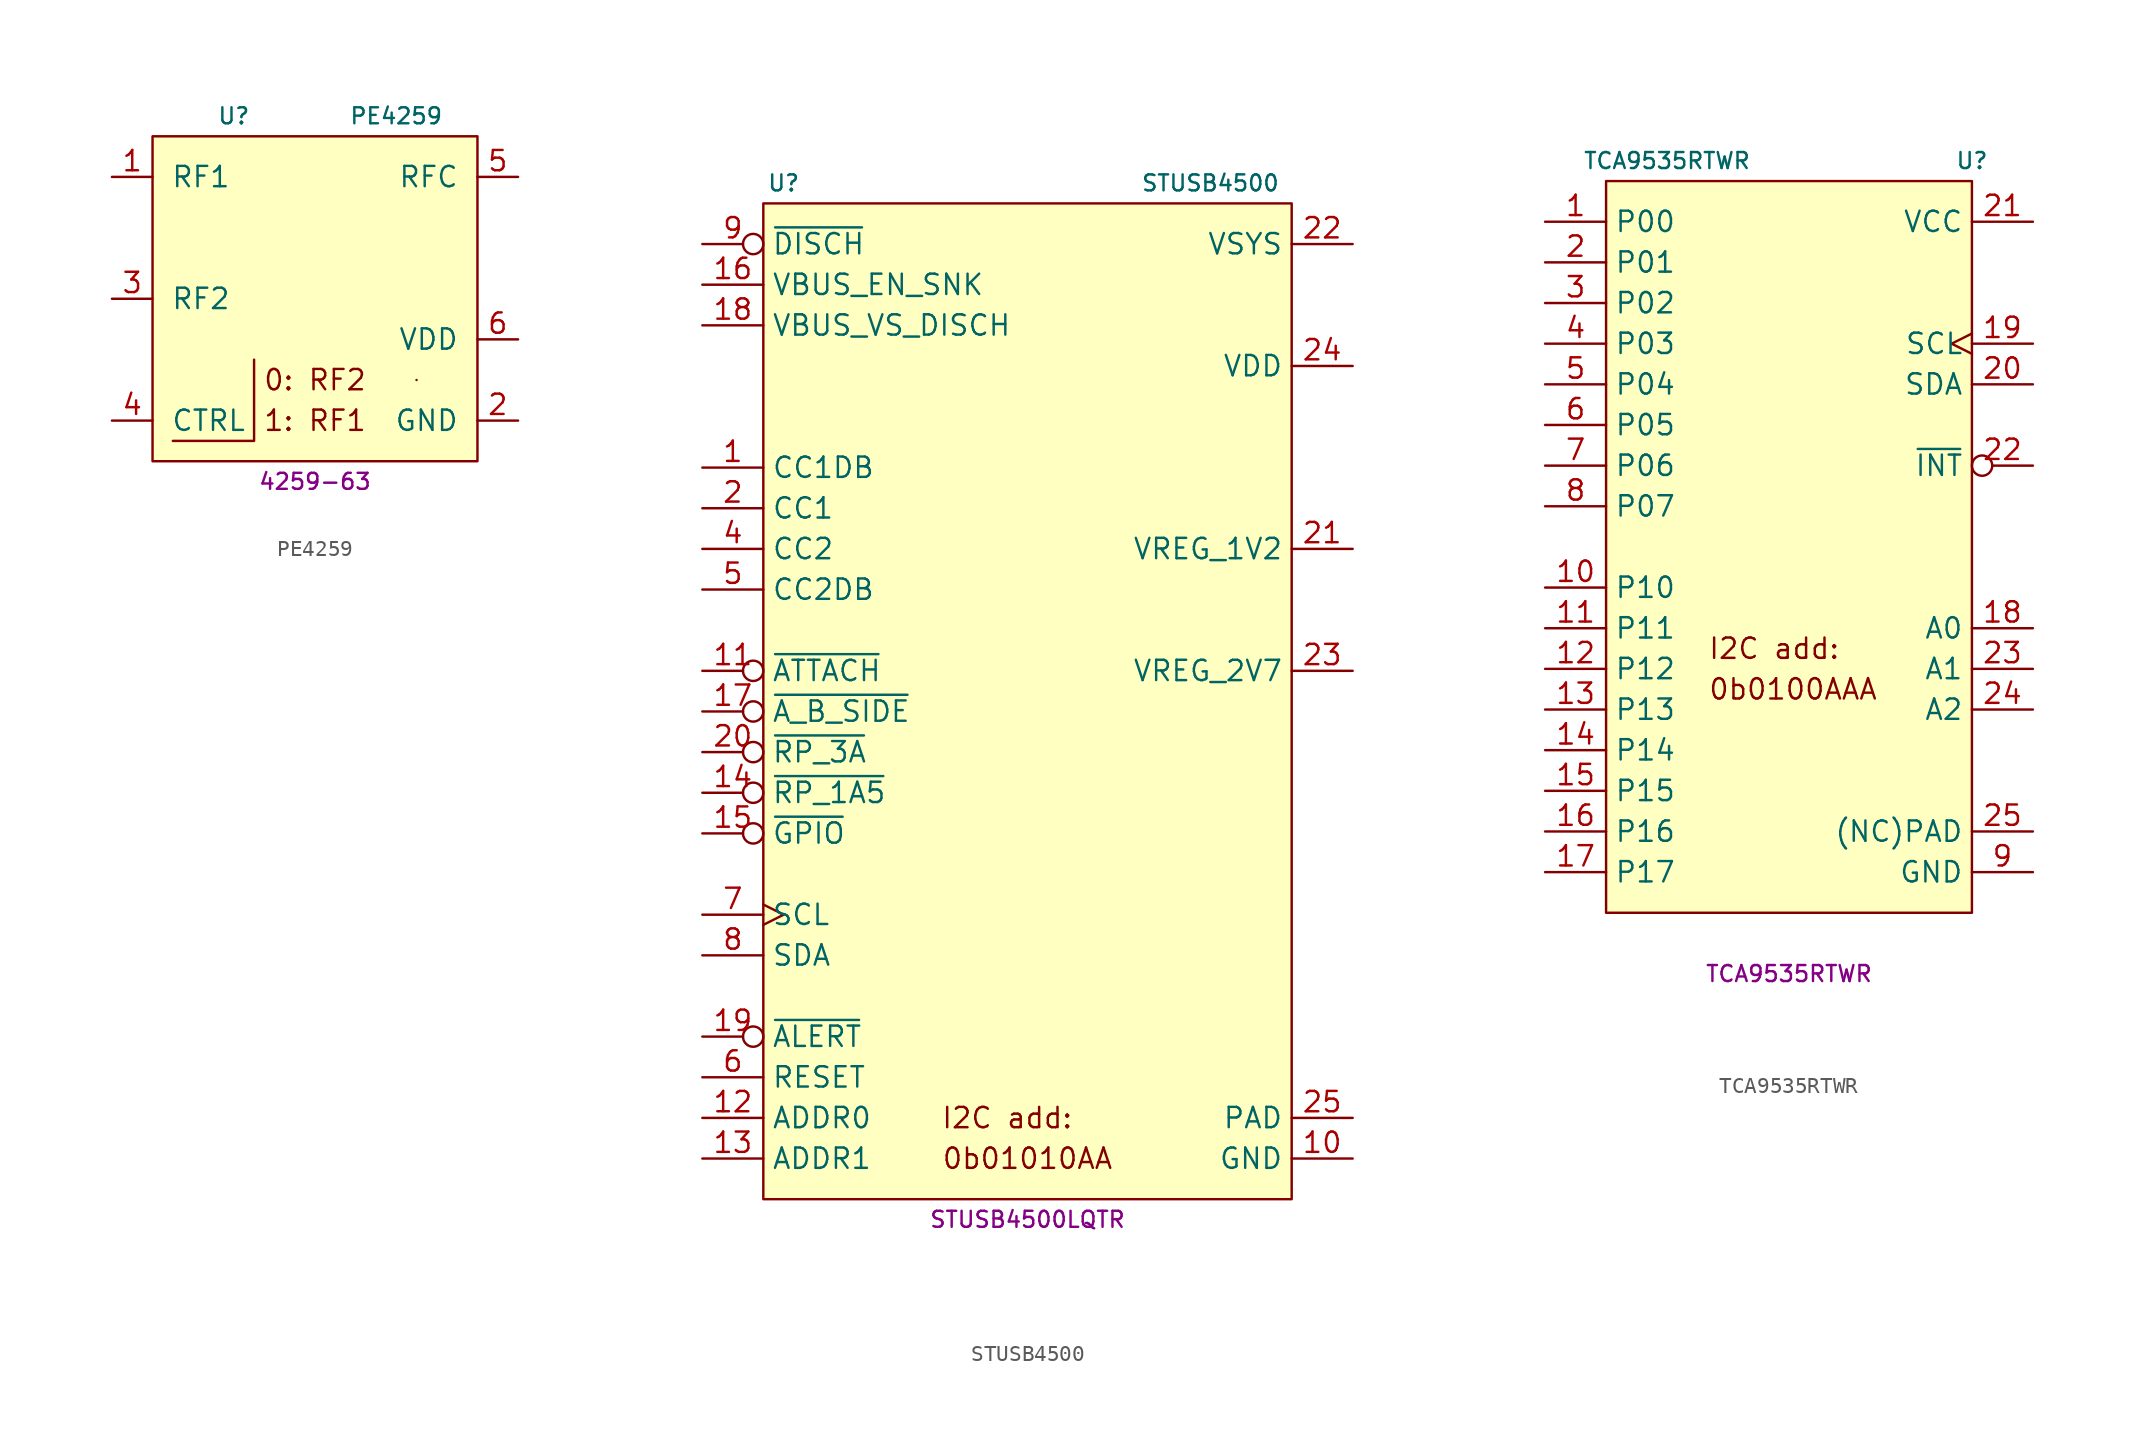
<source format=kicad_sym>
(kicad_symbol_lib
  (version 20231120)
  (generator "kicad_symbol_editor")
  (generator_version "8.0")
  (symbol "PE4259"
    (pin_names
      (offset 1.143))
    (property "Reference" "U"
      (at -5.08 11.43 0)
      (effects (font (size 1 1))))
    (property "Value" "PE4259"
      (at 5.08 11.43 0)
      (effects (font (size 1 1))))
    (property "MPN" "4259-63"
      (at 0 -11.43 0)
      (effects (font (size 1 1))))
    (symbol "PE4259_0_0"
      (polyline (pts (xy -3.81 -3.81) (xy -3.81 -8.89) (xy -8.89 -8.89)) (stroke (width 0.152) (type default)) (fill (type none)))
      (text "0: RF2" (at 0 -5.08 0) (effects (font (size 1.27 1.27))))
      (text "1: RF1" (at 0 -7.62 0) (effects (font (size 1.27 1.27)))))
    (symbol "PE4259_0_1"
      (rectangle (start -10.16 10.16) (end 10.16 -10.16) (stroke (width 0) (type default)) (fill (type background)))
      (rectangle (start 6.35 -5.08) (end 6.35 -5.08) (stroke (width 0) (type default)) (fill (type none))))
    (symbol "PE4259_1_1"
      (pin passive line (at -12.7 7.62 0) (length 2.54) (name "RF1" (effects (font (size 1.27 1.27)))) (number "1" (effects (font (size 1.27 1.27)))))
      (pin power_in line (at 12.7 -7.62 180) (length 2.54) (name "GND" (effects (font (size 1.27 1.27)))) (number "2" (effects (font (size 1.27 1.27)))))
      (pin passive line (at -12.7 0 0) (length 2.54) (name "RF2" (effects (font (size 1.27 1.27)))) (number "3" (effects (font (size 1.27 1.27)))))
      (pin input line (at -12.7 -7.62 0) (length 2.54) (name "CTRL" (effects (font (size 1.27 1.27)))) (number "4" (effects (font (size 1.27 1.27)))))
      (pin passive line (at 12.7 7.62 180) (length 2.54) (name "RFC" (effects (font (size 1.27 1.27)))) (number "5" (effects (font (size 1.27 1.27)))))
      (pin power_in line (at 12.7 -2.54 180) (length 2.54) (name "VDD" (effects (font (size 1.27 1.27)))) (number "6" (effects (font (size 1.27 1.27)))))))
  (symbol "STUSB4500"
    (property "Reference" "U"
      (at -15.24 30.48 0)
      (effects (font (size 1 1))))
    (property "Value" "STUSB4500"
      (at 11.43 30.48 0)
      (effects (font (size 1 1))))
    (property "MPN" "STUSB4500LQTR"
      (at 0 -34.29 0)
      (effects (font (size 1 1))))
    (symbol "STUSB4500_0_0"
      (text "0b01010AA" (at 0 -30.48 0) (effects (font (size 1.27 1.27))))
      (text "I2C add:" (at -1.27 -27.94 0) (effects (font (size 1.27 1.27)))))
    (symbol "STUSB4500_1_1"
      (rectangle (start -16.51 29.21) (end 16.51 -33.02) (stroke (width 0) (type default)) (fill (type background)))
      (pin bidirectional line (at -20.32 12.7 0) (length 3.81) (name "CC1DB" (effects (font (size 1.27 1.27)))) (number "1" (effects (font (size 1.27 1.27)))))
      (pin power_in line (at 20.32 -30.48 180) (length 3.81) (name "GND" (effects (font (size 1.27 1.27)))) (number "10" (effects (font (size 1.27 1.27)))))
      (pin open_collector inverted (at -20.32 0 0) (length 3.81) (name "~{ATTACH}" (effects (font (size 1.27 1.27)))) (number "11" (effects (font (size 1.27 1.27)))))
      (pin input line (at -20.32 -27.94 0) (length 3.81) (name "ADDR0" (effects (font (size 1.27 1.27)))) (number "12" (effects (font (size 1.27 1.27)))))
      (pin input line (at -20.32 -30.48 0) (length 3.81) (name "ADDR1" (effects (font (size 1.27 1.27)))) (number "13" (effects (font (size 1.27 1.27)))))
      (pin open_collector inverted (at -20.32 -7.62 0) (length 3.81) (name "~{RP_1A5}" (effects (font (size 1.27 1.27)))) (number "14" (effects (font (size 1.27 1.27)))))
      (pin open_collector inverted (at -20.32 -10.16 0) (length 3.81) (name "~{GPIO}" (effects (font (size 1.27 1.27)))) (number "15" (effects (font (size 1.27 1.27)))))
      (pin open_collector line (at -20.32 24.13 0) (length 3.81) (name "VBUS_EN_SNK" (effects (font (size 1.27 1.27)))) (number "16" (effects (font (size 1.27 1.27)))))
      (pin open_collector inverted (at -20.32 -2.54 0) (length 3.81) (name "~{A_B_SIDE}" (effects (font (size 1.27 1.27)))) (number "17" (effects (font (size 1.27 1.27)))))
      (pin passive line (at -20.32 21.59 0) (length 3.81) (name "VBUS_VS_DISCH" (effects (font (size 1.27 1.27)))) (number "18" (effects (font (size 1.27 1.27)))))
      (pin open_collector inverted (at -20.32 -22.86 0) (length 3.81) (name "~{ALERT}" (effects (font (size 1.27 1.27)))) (number "19" (effects (font (size 1.27 1.27)))))
      (pin bidirectional line (at -20.32 10.16 0) (length 3.81) (name "CC1" (effects (font (size 1.27 1.27)))) (number "2" (effects (font (size 1.27 1.27)))))
      (pin open_collector inverted (at -20.32 -5.08 0) (length 3.81) (name "~{RP_3A}" (effects (font (size 1.27 1.27)))) (number "20" (effects (font (size 1.27 1.27)))))
      (pin power_out line (at 20.32 7.62 180) (length 3.81) (name "VREG_1V2" (effects (font (size 1.27 1.27)))) (number "21" (effects (font (size 1.27 1.27)))))
      (pin power_in line (at 20.32 26.67 180) (length 3.81) (name "VSYS" (effects (font (size 1.27 1.27)))) (number "22" (effects (font (size 1.27 1.27)))))
      (pin power_out line (at 20.32 0 180) (length 3.81) (name "VREG_2V7" (effects (font (size 1.27 1.27)))) (number "23" (effects (font (size 1.27 1.27)))))
      (pin power_in line (at 20.32 19.05 180) (length 3.81) (name "VDD" (effects (font (size 1.27 1.27)))) (number "24" (effects (font (size 1.27 1.27)))))
      (pin power_in line (at 20.32 -27.94 180) (length 3.81) (name "PAD" (effects (font (size 1.27 1.27)))) (number "25" (effects (font (size 1.27 1.27)))))
      (pin bidirectional line (at -20.32 7.62 0) (length 3.81) (name "CC2" (effects (font (size 1.27 1.27)))) (number "4" (effects (font (size 1.27 1.27)))))
      (pin bidirectional line (at -20.32 5.08 0) (length 3.81) (name "CC2DB" (effects (font (size 1.27 1.27)))) (number "5" (effects (font (size 1.27 1.27)))))
      (pin input line (at -20.32 -25.4 0) (length 3.81) (name "RESET" (effects (font (size 1.27 1.27)))) (number "6" (effects (font (size 1.27 1.27)))))
      (pin input clock (at -20.32 -15.24 0) (length 3.81) (name "SCL" (effects (font (size 1.27 1.27)))) (number "7" (effects (font (size 1.27 1.27)))))
      (pin open_collector line (at -20.32 -17.78 0) (length 3.81) (name "SDA" (effects (font (size 1.27 1.27)))) (number "8" (effects (font (size 1.27 1.27)))))
      (pin open_collector inverted (at -20.32 26.67 0) (length 3.81) (name "~{DISCH}" (effects (font (size 1.27 1.27)))) (number "9" (effects (font (size 1.27 1.27)))))))
  (symbol "TCA9535RTWR"
    (property "Reference" "U"
      (at 11.43 24.13 0)
      (effects (font (size 1 1))))
    (property "Value" "TCA9535RTWR"
      (at -7.62 24.13 0)
      (effects (font (size 1 1))))
    (property "MPN" "TCA9535RTWR"
      (at 0 -26.67 0)
      (effects (font (size 1 1))))
    (symbol "TCA9535RTWR_0_0"
      (text "0b0100AAA" (at -5.08 -8.89 0) (effects (font (size 1.27 1.27)) (justify left)))
      (text "I2C add:" (at -5.08 -6.35 0) (effects (font (size 1.27 1.27)) (justify left))))
    (symbol "TCA9535RTWR_1_0"
      (rectangle (start -11.43 22.86) (end 11.43 -22.86) (stroke (width 0) (type default)) (fill (type background))))
    (symbol "TCA9535RTWR_1_1"
      (pin bidirectional line (at -15.24 20.32 0) (length 3.81) (name "P00" (effects (font (size 1.27 1.27)))) (number "1" (effects (font (size 1.27 1.27)))))
      (pin bidirectional line (at -15.24 -2.54 0) (length 3.81) (name "P10" (effects (font (size 1.27 1.27)))) (number "10" (effects (font (size 1.27 1.27)))))
      (pin bidirectional line (at -15.24 -5.08 0) (length 3.81) (name "P11" (effects (font (size 1.27 1.27)))) (number "11" (effects (font (size 1.27 1.27)))))
      (pin bidirectional line (at -15.24 -7.62 0) (length 3.81) (name "P12" (effects (font (size 1.27 1.27)))) (number "12" (effects (font (size 1.27 1.27)))))
      (pin bidirectional line (at -15.24 -10.16 0) (length 3.81) (name "P13" (effects (font (size 1.27 1.27)))) (number "13" (effects (font (size 1.27 1.27)))))
      (pin bidirectional line (at -15.24 -12.7 0) (length 3.81) (name "P14" (effects (font (size 1.27 1.27)))) (number "14" (effects (font (size 1.27 1.27)))))
      (pin bidirectional line (at -15.24 -15.24 0) (length 3.81) (name "P15" (effects (font (size 1.27 1.27)))) (number "15" (effects (font (size 1.27 1.27)))))
      (pin bidirectional line (at -15.24 -17.78 0) (length 3.81) (name "P16" (effects (font (size 1.27 1.27)))) (number "16" (effects (font (size 1.27 1.27)))))
      (pin bidirectional line (at -15.24 -20.32 0) (length 3.81) (name "P17" (effects (font (size 1.27 1.27)))) (number "17" (effects (font (size 1.27 1.27)))))
      (pin input line (at 15.24 -5.08 180) (length 3.81) (name "A0" (effects (font (size 1.27 1.27)))) (number "18" (effects (font (size 1.27 1.27)))))
      (pin input clock (at 15.24 12.7 180) (length 3.81) (name "SCL" (effects (font (size 1.27 1.27)))) (number "19" (effects (font (size 1.27 1.27)))))
      (pin bidirectional line (at -15.24 17.78 0) (length 3.81) (name "P01" (effects (font (size 1.27 1.27)))) (number "2" (effects (font (size 1.27 1.27)))))
      (pin bidirectional line (at 15.24 10.16 180) (length 3.81) (name "SDA" (effects (font (size 1.27 1.27)))) (number "20" (effects (font (size 1.27 1.27)))))
      (pin power_in line (at 15.24 20.32 180) (length 3.81) (name "VCC" (effects (font (size 1.27 1.27)))) (number "21" (effects (font (size 1.27 1.27)))))
      (pin open_collector inverted (at 15.24 5.08 180) (length 3.81) (name "~{INT}" (effects (font (size 1.27 1.27)))) (number "22" (effects (font (size 1.27 1.27)))))
      (pin input line (at 15.24 -7.62 180) (length 3.81) (name "A1" (effects (font (size 1.27 1.27)))) (number "23" (effects (font (size 1.27 1.27)))))
      (pin input line (at 15.24 -10.16 180) (length 3.81) (name "A2" (effects (font (size 1.27 1.27)))) (number "24" (effects (font (size 1.27 1.27)))))
      (pin passive line (at 15.24 -17.78 180) (length 3.81) (name "(NC)PAD" (effects (font (size 1.27 1.27)))) (number "25" (effects (font (size 1.27 1.27)))))
      (pin bidirectional line (at -15.24 15.24 0) (length 3.81) (name "P02" (effects (font (size 1.27 1.27)))) (number "3" (effects (font (size 1.27 1.27)))))
      (pin bidirectional line (at -15.24 12.7 0) (length 3.81) (name "P03" (effects (font (size 1.27 1.27)))) (number "4" (effects (font (size 1.27 1.27)))))
      (pin bidirectional line (at -15.24 10.16 0) (length 3.81) (name "P04" (effects (font (size 1.27 1.27)))) (number "5" (effects (font (size 1.27 1.27)))))
      (pin bidirectional line (at -15.24 7.62 0) (length 3.81) (name "P05" (effects (font (size 1.27 1.27)))) (number "6" (effects (font (size 1.27 1.27)))))
      (pin bidirectional line (at -15.24 5.08 0) (length 3.81) (name "P06" (effects (font (size 1.27 1.27)))) (number "7" (effects (font (size 1.27 1.27)))))
      (pin bidirectional line (at -15.24 2.54 0) (length 3.81) (name "P07" (effects (font (size 1.27 1.27)))) (number "8" (effects (font (size 1.27 1.27)))))
      (pin power_in line (at 15.24 -20.32 180) (length 3.81) (name "GND" (effects (font (size 1.27 1.27)))) (number "9" (effects (font (size 1.27 1.27))))))))
</source>
